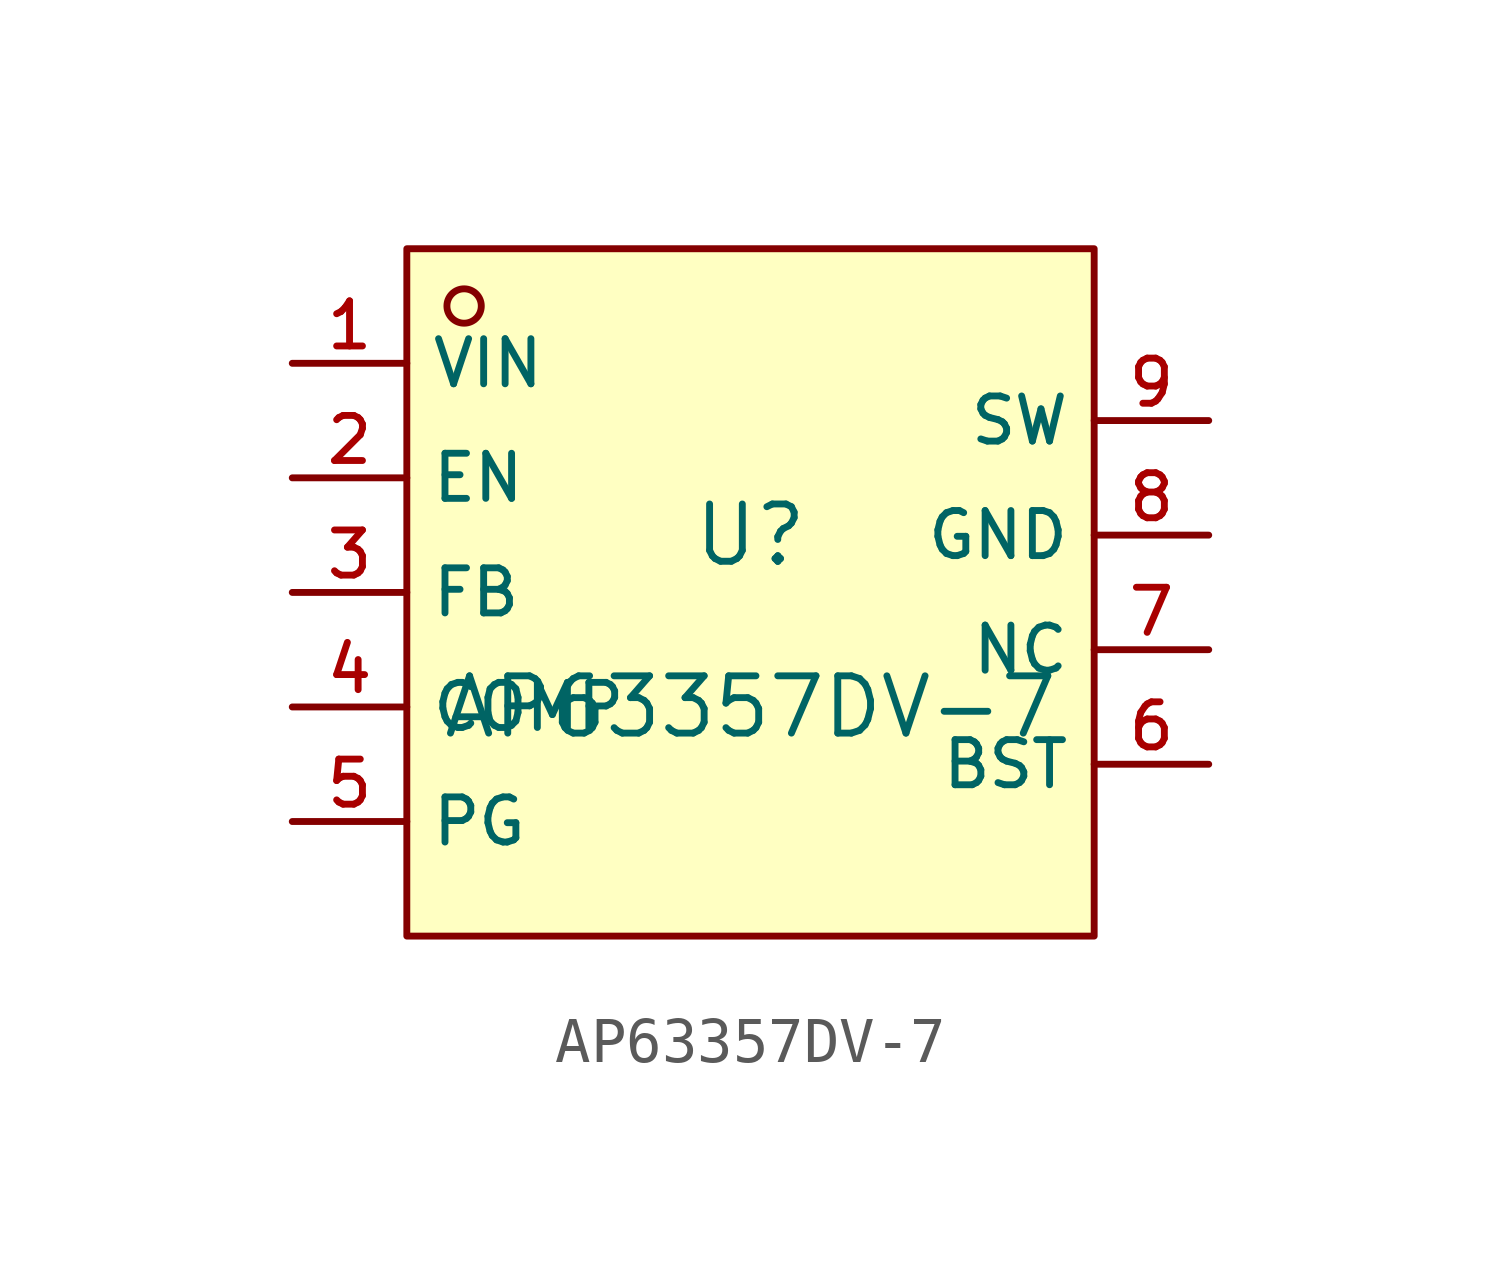
<source format=kicad_sym>
(kicad_symbol_lib
  (version 20210201)
  (generator TousstNicolas/JLC2KiCad_lib)
  (symbol "AP63357DV-7"
    (property "Reference" "U"
      (at 0 1.27 0)
      (effects (font (size 1.27 1.27))))
    (property "Value" "AP63357DV-7"
      (at 0 -2.54 0)
      (effects (font (size 1.27 1.27))))
    (symbol "AP63357DV-7_0_1"
      (rectangle (start -7.62 7.62) (end 7.62 -7.62) (stroke (width 0) (type default) (color 0 0 0 0)) (fill (type background)))
      (circle (center -6.35 6.35) (radius 0.381) (stroke (width 0) (type default) (color 0 0 0 0)) (fill (type background)))
      (pin unspecified line (at -10.16 5.08 0) (length 2.54) (name "VIN" (effects (font (size 1 1)))) (number "1" (effects (font (size 1 1)))))
      (pin unspecified line (at -10.16 2.54 0) (length 2.54) (name "EN" (effects (font (size 1 1)))) (number "2" (effects (font (size 1 1)))))
      (pin unspecified line (at -10.16 -0.0 0) (length 2.54) (name "FB" (effects (font (size 1 1)))) (number "3" (effects (font (size 1 1)))))
      (pin unspecified line (at -10.16 -2.54 0) (length 2.54) (name "COMP" (effects (font (size 1 1)))) (number "4" (effects (font (size 1 1)))))
      (pin unspecified line (at -10.16 -5.08 0) (length 2.54) (name "PG" (effects (font (size 1 1)))) (number "5" (effects (font (size 1 1)))))
      (pin unspecified line (at 10.16 -3.81 180) (length 2.54) (name "BST" (effects (font (size 1 1)))) (number "6" (effects (font (size 1 1)))))
      (pin unspecified line (at 10.16 -1.27 180) (length 2.54) (name "NC" (effects (font (size 1 1)))) (number "7" (effects (font (size 1 1)))))
      (pin unspecified line (at 10.16 1.27 180) (length 2.54) (name "GND" (effects (font (size 1 1)))) (number "8" (effects (font (size 1 1)))))
      (pin unspecified line (at 10.16 3.81 180) (length 2.54) (name "SW" (effects (font (size 1 1)))) (number "9" (effects (font (size 1 1))))))))
</source>
